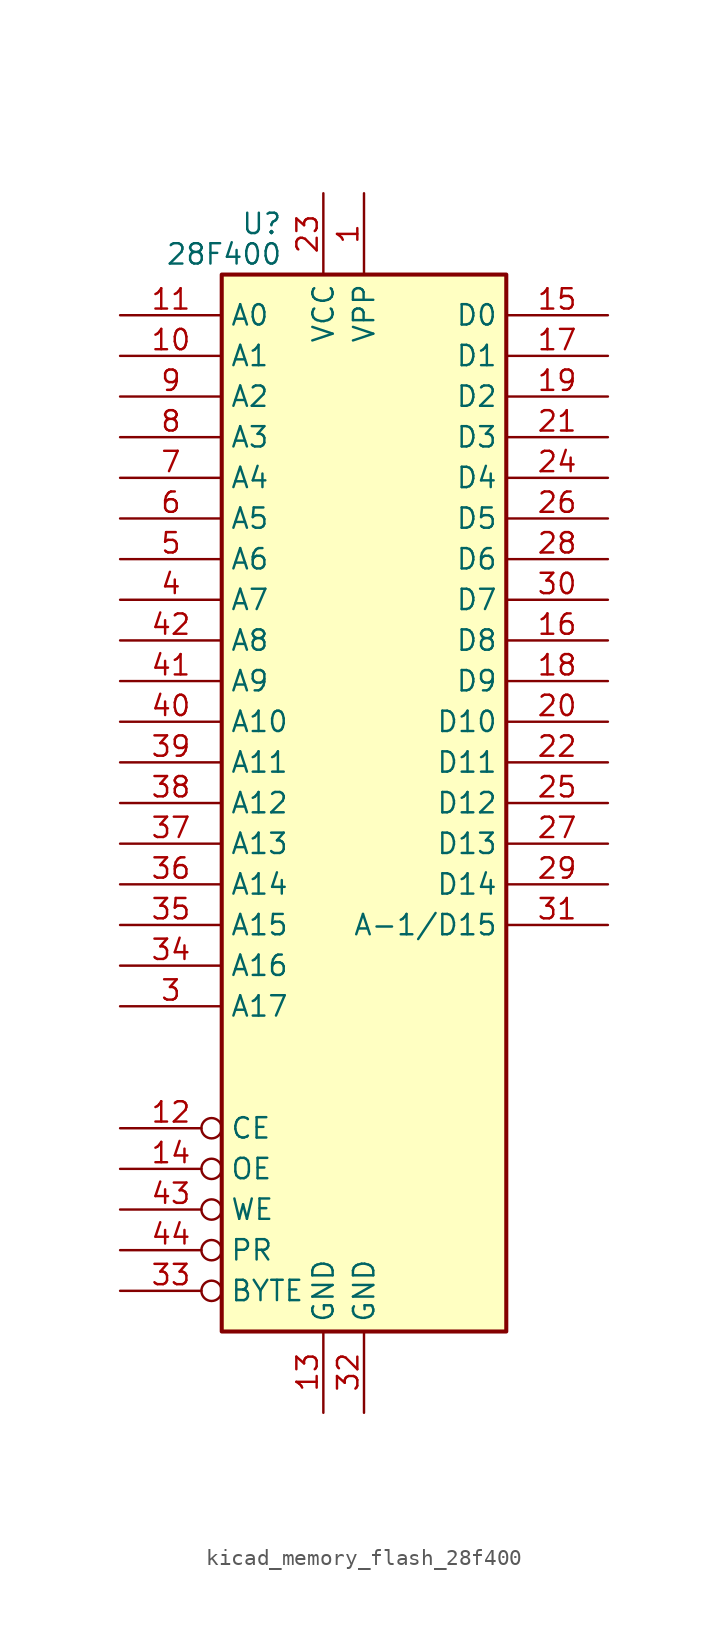
<source format=kicad_sym>
(kicad_symbol_lib
  (version 20220914)
  (generator kicad_symbol_editor)
  (symbol "kicad_memory_flash_28f400"
    (property "Reference" "U"
      (at -5.08 36.195 0)
      (effects (font (size 1.27 1.27)) (justify right)))
    (property "Value" "28F400"
      (at -5.08 34.29 0)
      (effects (font (size 1.27 1.27)) (justify right)))
    (symbol "kicad_memory_flash_28f400_0_1"
      (rectangle (start -8.89 33.02) (end 8.89 -33.02) (stroke (width 0.254) (type default)) (fill (type background))))
    (symbol "kicad_memory_flash_28f400_1_1"
      (pin power_in line (at 0 38.1 270) (length 5.08) (name "VPP" (effects (font (size 1.27 1.27)))) (number "1" (effects (font (size 1.27 1.27)))))
      (pin input line (at -15.24 27.94 0) (length 6.35) (name "A1" (effects (font (size 1.27 1.27)))) (number "10" (effects (font (size 1.27 1.27)))))
      (pin input line (at -15.24 30.48 0) (length 6.35) (name "A0" (effects (font (size 1.27 1.27)))) (number "11" (effects (font (size 1.27 1.27)))))
      (pin input inverted (at -15.24 -20.32 0) (length 6.35) (name "CE" (effects (font (size 1.27 1.27)))) (number "12" (effects (font (size 1.27 1.27)))))
      (pin power_in line (at -2.54 -38.1 90) (length 5.08) (name "GND" (effects (font (size 1.27 1.27)))) (number "13" (effects (font (size 1.27 1.27)))))
      (pin input inverted (at -15.24 -22.86 0) (length 6.35) (name "OE" (effects (font (size 1.27 1.27)))) (number "14" (effects (font (size 1.27 1.27)))))
      (pin tri_state line (at 15.24 30.48 180) (length 6.35) (name "D0" (effects (font (size 1.27 1.27)))) (number "15" (effects (font (size 1.27 1.27)))))
      (pin tri_state line (at 15.24 10.16 180) (length 6.35) (name "D8" (effects (font (size 1.27 1.27)))) (number "16" (effects (font (size 1.27 1.27)))))
      (pin tri_state line (at 15.24 27.94 180) (length 6.35) (name "D1" (effects (font (size 1.27 1.27)))) (number "17" (effects (font (size 1.27 1.27)))))
      (pin tri_state line (at 15.24 7.62 180) (length 6.35) (name "D9" (effects (font (size 1.27 1.27)))) (number "18" (effects (font (size 1.27 1.27)))))
      (pin tri_state line (at 15.24 25.4 180) (length 6.35) (name "D2" (effects (font (size 1.27 1.27)))) (number "19" (effects (font (size 1.27 1.27)))))
      (pin no_connect line (at 8.89 -30.48 180) (length 6.35) hide (name "DU" (effects (font (size 1.27 1.27)))) (number "2" (effects (font (size 1.27 1.27)))))
      (pin tri_state line (at 15.24 5.08 180) (length 6.35) (name "D10" (effects (font (size 1.27 1.27)))) (number "20" (effects (font (size 1.27 1.27)))))
      (pin tri_state line (at 15.24 22.86 180) (length 6.35) (name "D3" (effects (font (size 1.27 1.27)))) (number "21" (effects (font (size 1.27 1.27)))))
      (pin tri_state line (at 15.24 2.54 180) (length 6.35) (name "D11" (effects (font (size 1.27 1.27)))) (number "22" (effects (font (size 1.27 1.27)))))
      (pin power_in line (at -2.54 38.1 270) (length 5.08) (name "VCC" (effects (font (size 1.27 1.27)))) (number "23" (effects (font (size 1.27 1.27)))))
      (pin tri_state line (at 15.24 20.32 180) (length 6.35) (name "D4" (effects (font (size 1.27 1.27)))) (number "24" (effects (font (size 1.27 1.27)))))
      (pin tri_state line (at 15.24 0 180) (length 6.35) (name "D12" (effects (font (size 1.27 1.27)))) (number "25" (effects (font (size 1.27 1.27)))))
      (pin tri_state line (at 15.24 17.78 180) (length 6.35) (name "D5" (effects (font (size 1.27 1.27)))) (number "26" (effects (font (size 1.27 1.27)))))
      (pin tri_state line (at 15.24 -2.54 180) (length 6.35) (name "D13" (effects (font (size 1.27 1.27)))) (number "27" (effects (font (size 1.27 1.27)))))
      (pin tri_state line (at 15.24 15.24 180) (length 6.35) (name "D6" (effects (font (size 1.27 1.27)))) (number "28" (effects (font (size 1.27 1.27)))))
      (pin tri_state line (at 15.24 -5.08 180) (length 6.35) (name "D14" (effects (font (size 1.27 1.27)))) (number "29" (effects (font (size 1.27 1.27)))))
      (pin input line (at -15.24 -12.7 0) (length 6.35) (name "A17" (effects (font (size 1.27 1.27)))) (number "3" (effects (font (size 1.27 1.27)))))
      (pin tri_state line (at 15.24 12.7 180) (length 6.35) (name "D7" (effects (font (size 1.27 1.27)))) (number "30" (effects (font (size 1.27 1.27)))))
      (pin tri_state line (at 15.24 -7.62 180) (length 6.35) (name "A-1/D15" (effects (font (size 1.27 1.27)))) (number "31" (effects (font (size 1.27 1.27)))))
      (pin power_in line (at 0 -38.1 90) (length 5.08) (name "GND" (effects (font (size 1.27 1.27)))) (number "32" (effects (font (size 1.27 1.27)))))
      (pin input inverted (at -15.24 -30.48 0) (length 6.35) (name "BYTE" (effects (font (size 1.27 1.27)))) (number "33" (effects (font (size 1.27 1.27)))))
      (pin input line (at -15.24 -10.16 0) (length 6.35) (name "A16" (effects (font (size 1.27 1.27)))) (number "34" (effects (font (size 1.27 1.27)))))
      (pin input line (at -15.24 -7.62 0) (length 6.35) (name "A15" (effects (font (size 1.27 1.27)))) (number "35" (effects (font (size 1.27 1.27)))))
      (pin input line (at -15.24 -5.08 0) (length 6.35) (name "A14" (effects (font (size 1.27 1.27)))) (number "36" (effects (font (size 1.27 1.27)))))
      (pin input line (at -15.24 -2.54 0) (length 6.35) (name "A13" (effects (font (size 1.27 1.27)))) (number "37" (effects (font (size 1.27 1.27)))))
      (pin input line (at -15.24 0 0) (length 6.35) (name "A12" (effects (font (size 1.27 1.27)))) (number "38" (effects (font (size 1.27 1.27)))))
      (pin input line (at -15.24 2.54 0) (length 6.35) (name "A11" (effects (font (size 1.27 1.27)))) (number "39" (effects (font (size 1.27 1.27)))))
      (pin input line (at -15.24 12.7 0) (length 6.35) (name "A7" (effects (font (size 1.27 1.27)))) (number "4" (effects (font (size 1.27 1.27)))))
      (pin input line (at -15.24 5.08 0) (length 6.35) (name "A10" (effects (font (size 1.27 1.27)))) (number "40" (effects (font (size 1.27 1.27)))))
      (pin input line (at -15.24 7.62 0) (length 6.35) (name "A9" (effects (font (size 1.27 1.27)))) (number "41" (effects (font (size 1.27 1.27)))))
      (pin input line (at -15.24 10.16 0) (length 6.35) (name "A8" (effects (font (size 1.27 1.27)))) (number "42" (effects (font (size 1.27 1.27)))))
      (pin input inverted (at -15.24 -25.4 0) (length 6.35) (name "WE" (effects (font (size 1.27 1.27)))) (number "43" (effects (font (size 1.27 1.27)))))
      (pin input inverted (at -15.24 -27.94 0) (length 6.35) (name "PR" (effects (font (size 1.27 1.27)))) (number "44" (effects (font (size 1.27 1.27)))))
      (pin input line (at -15.24 15.24 0) (length 6.35) (name "A6" (effects (font (size 1.27 1.27)))) (number "5" (effects (font (size 1.27 1.27)))))
      (pin input line (at -15.24 17.78 0) (length 6.35) (name "A5" (effects (font (size 1.27 1.27)))) (number "6" (effects (font (size 1.27 1.27)))))
      (pin input line (at -15.24 20.32 0) (length 6.35) (name "A4" (effects (font (size 1.27 1.27)))) (number "7" (effects (font (size 1.27 1.27)))))
      (pin input line (at -15.24 22.86 0) (length 6.35) (name "A3" (effects (font (size 1.27 1.27)))) (number "8" (effects (font (size 1.27 1.27)))))
      (pin input line (at -15.24 25.4 0) (length 6.35) (name "A2" (effects (font (size 1.27 1.27)))) (number "9" (effects (font (size 1.27 1.27))))))))
</source>
